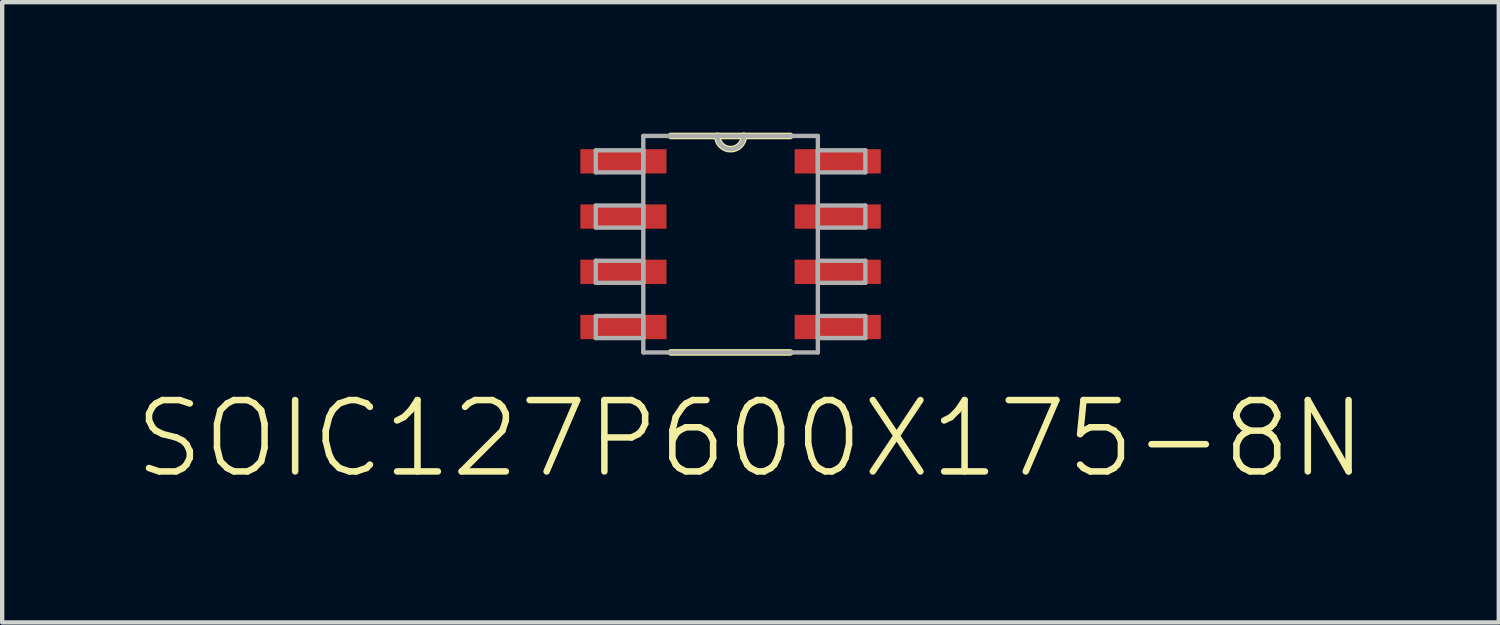
<source format=kicad_pcb>
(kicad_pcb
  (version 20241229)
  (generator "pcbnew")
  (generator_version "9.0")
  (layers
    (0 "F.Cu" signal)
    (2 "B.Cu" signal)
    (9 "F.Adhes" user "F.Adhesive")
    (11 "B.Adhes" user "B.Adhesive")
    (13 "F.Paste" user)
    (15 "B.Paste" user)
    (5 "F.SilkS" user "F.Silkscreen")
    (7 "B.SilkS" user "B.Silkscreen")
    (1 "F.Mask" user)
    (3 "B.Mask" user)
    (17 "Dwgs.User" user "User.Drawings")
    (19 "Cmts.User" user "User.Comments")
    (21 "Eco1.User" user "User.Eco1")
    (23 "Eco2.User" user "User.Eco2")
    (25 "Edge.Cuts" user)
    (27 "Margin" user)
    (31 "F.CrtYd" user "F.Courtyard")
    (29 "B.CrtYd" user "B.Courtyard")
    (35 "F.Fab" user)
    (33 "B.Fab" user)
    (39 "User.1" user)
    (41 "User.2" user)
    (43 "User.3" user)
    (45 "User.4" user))
  (footprint "SOIC127P600X175-8N"
    (layer "F.Cu")
    (at 13.75 2.565)
    (property "Reference" "SOIC127P600X175-8N" (at 0.458 4.474 0) (layer "F.SilkS") (effects (font (size 1.641 1.641) (thickness 0.15))))
    (attr through_hole)
    (fp_line (start -1.372 2.489) (end 1.372 2.489) (stroke (width 0.152) (type solid)) (layer "F.SilkS"))
    (fp_line (start -0.305 -2.489) (end -1.372 -2.489) (stroke (width 0.152) (type solid)) (layer "F.SilkS"))
    (fp_line (start 0.305 -2.489) (end -0.305 -2.489) (stroke (width 0.152) (type solid)) (layer "F.SilkS"))
    (fp_line (start 1.372 -2.489) (end 0.305 -2.489) (stroke (width 0.152) (type solid)) (layer "F.SilkS"))
    (fp_arc (start 0.3048 -2.4892) (mid 0 -2.1844) (end -0.3048 -2.4892) (stroke (width 0.1524) (type solid)) (layer "F.SilkS"))
    (fp_line (start -3.099 -2.159) (end -3.099 -1.651) (stroke (width 0.1) (type solid)) (layer "F.Fab"))
    (fp_line (start -3.099 -1.651) (end -2.007 -1.651) (stroke (width 0.1) (type solid)) (layer "F.Fab"))
    (fp_line (start -3.099 -0.889) (end -3.099 -0.381) (stroke (width 0.1) (type solid)) (layer "F.Fab"))
    (fp_line (start -3.099 -0.381) (end -2.007 -0.381) (stroke (width 0.1) (type solid)) (layer "F.Fab"))
    (fp_line (start -3.099 0.381) (end -3.099 0.889) (stroke (width 0.1) (type solid)) (layer "F.Fab"))
    (fp_line (start -3.099 0.889) (end -2.007 0.889) (stroke (width 0.1) (type solid)) (layer "F.Fab"))
    (fp_line (start -3.099 1.651) (end -3.099 2.159) (stroke (width 0.1) (type solid)) (layer "F.Fab"))
    (fp_line (start -3.099 2.159) (end -2.007 2.159) (stroke (width 0.1) (type solid)) (layer "F.Fab"))
    (fp_line (start -2.007 -2.489) (end -2.007 2.489) (stroke (width 0.1) (type solid)) (layer "F.Fab"))
    (fp_line (start -2.007 -2.159) (end -3.099 -2.159) (stroke (width 0.1) (type solid)) (layer "F.Fab"))
    (fp_line (start -2.007 -1.651) (end -2.007 -2.159) (stroke (width 0.1) (type solid)) (layer "F.Fab"))
    (fp_line (start -2.007 -0.889) (end -3.099 -0.889) (stroke (width 0.1) (type solid)) (layer "F.Fab"))
    (fp_line (start -2.007 -0.381) (end -2.007 -0.889) (stroke (width 0.1) (type solid)) (layer "F.Fab"))
    (fp_line (start -2.007 0.381) (end -3.099 0.381) (stroke (width 0.1) (type solid)) (layer "F.Fab"))
    (fp_line (start -2.007 0.889) (end -2.007 0.381) (stroke (width 0.1) (type solid)) (layer "F.Fab"))
    (fp_line (start -2.007 1.651) (end -3.099 1.651) (stroke (width 0.1) (type solid)) (layer "F.Fab"))
    (fp_line (start -2.007 2.159) (end -2.007 1.651) (stroke (width 0.1) (type solid)) (layer "F.Fab"))
    (fp_line (start -2.007 2.489) (end 2.007 2.489) (stroke (width 0.1) (type solid)) (layer "F.Fab"))
    (fp_line (start -0.305 -2.489) (end -2.007 -2.489) (stroke (width 0.1) (type solid)) (layer "F.Fab"))
    (fp_line (start 0.305 -2.489) (end -0.305 -2.489) (stroke (width 0.1) (type solid)) (layer "F.Fab"))
    (fp_line (start 2.007 -2.489) (end 0.305 -2.489) (stroke (width 0.1) (type solid)) (layer "F.Fab"))
    (fp_line (start 2.007 -2.159) (end 2.007 -1.651) (stroke (width 0.1) (type solid)) (layer "F.Fab"))
    (fp_line (start 2.007 -1.651) (end 3.099 -1.651) (stroke (width 0.1) (type solid)) (layer "F.Fab"))
    (fp_line (start 2.007 -0.889) (end 2.007 -0.381) (stroke (width 0.1) (type solid)) (layer "F.Fab"))
    (fp_line (start 2.007 -0.381) (end 3.099 -0.381) (stroke (width 0.1) (type solid)) (layer "F.Fab"))
    (fp_line (start 2.007 0.381) (end 2.007 0.889) (stroke (width 0.1) (type solid)) (layer "F.Fab"))
    (fp_line (start 2.007 0.889) (end 3.099 0.889) (stroke (width 0.1) (type solid)) (layer "F.Fab"))
    (fp_line (start 2.007 1.651) (end 2.007 2.159) (stroke (width 0.1) (type solid)) (layer "F.Fab"))
    (fp_line (start 2.007 2.159) (end 3.099 2.159) (stroke (width 0.1) (type solid)) (layer "F.Fab"))
    (fp_line (start 2.007 2.489) (end 2.007 -2.489) (stroke (width 0.1) (type solid)) (layer "F.Fab"))
    (fp_line (start 3.099 -2.159) (end 2.007 -2.159) (stroke (width 0.1) (type solid)) (layer "F.Fab"))
    (fp_line (start 3.099 -1.651) (end 3.099 -2.159) (stroke (width 0.1) (type solid)) (layer "F.Fab"))
    (fp_line (start 3.099 -0.889) (end 2.007 -0.889) (stroke (width 0.1) (type solid)) (layer "F.Fab"))
    (fp_line (start 3.099 -0.381) (end 3.099 -0.889) (stroke (width 0.1) (type solid)) (layer "F.Fab"))
    (fp_line (start 3.099 0.381) (end 2.007 0.381) (stroke (width 0.1) (type solid)) (layer "F.Fab"))
    (fp_line (start 3.099 0.889) (end 3.099 0.381) (stroke (width 0.1) (type solid)) (layer "F.Fab"))
    (fp_line (start 3.099 1.651) (end 2.007 1.651) (stroke (width 0.1) (type solid)) (layer "F.Fab"))
    (fp_line (start 3.099 2.159) (end 3.099 1.651) (stroke (width 0.1) (type solid)) (layer "F.Fab"))
    (fp_arc (start 0.3048 -2.4892) (mid 0 -2.1844) (end -0.3048 -2.4892) (stroke (width 0.1) (type solid)) (layer "F.Fab"))
    (pad "1" smd rect (at -2.464 -1.905) (size 1.981 0.559) (layers "F.Cu" "F.Mask" "F.Paste"))
    (pad "2" smd rect (at -2.464 -0.635) (size 1.981 0.559) (layers "F.Cu" "F.Mask" "F.Paste"))
    (pad "3" smd rect (at -2.464 0.635) (size 1.981 0.559) (layers "F.Cu" "F.Mask" "F.Paste"))
    (pad "4" smd rect (at -2.464 1.905) (size 1.981 0.559) (layers "F.Cu" "F.Mask" "F.Paste"))
    (pad "5" smd rect (at 2.464 1.905) (size 1.981 0.559) (layers "F.Cu" "F.Mask" "F.Paste"))
    (pad "6" smd rect (at 2.464 0.635) (size 1.981 0.559) (layers "F.Cu" "F.Mask" "F.Paste"))
    (pad "7" smd rect (at 2.464 -0.635) (size 1.981 0.559) (layers "F.Cu" "F.Mask" "F.Paste"))
    (pad "8" smd rect (at 2.464 -1.905) (size 1.981 0.559) (layers "F.Cu" "F.Mask" "F.Paste")))
  (gr_rect
    (start -3 -3)
    (end 31.415 11.263)
    (stroke (width 0.1) (type default))
    (fill no)
    (layer "Edge.Cuts")))
</source>
